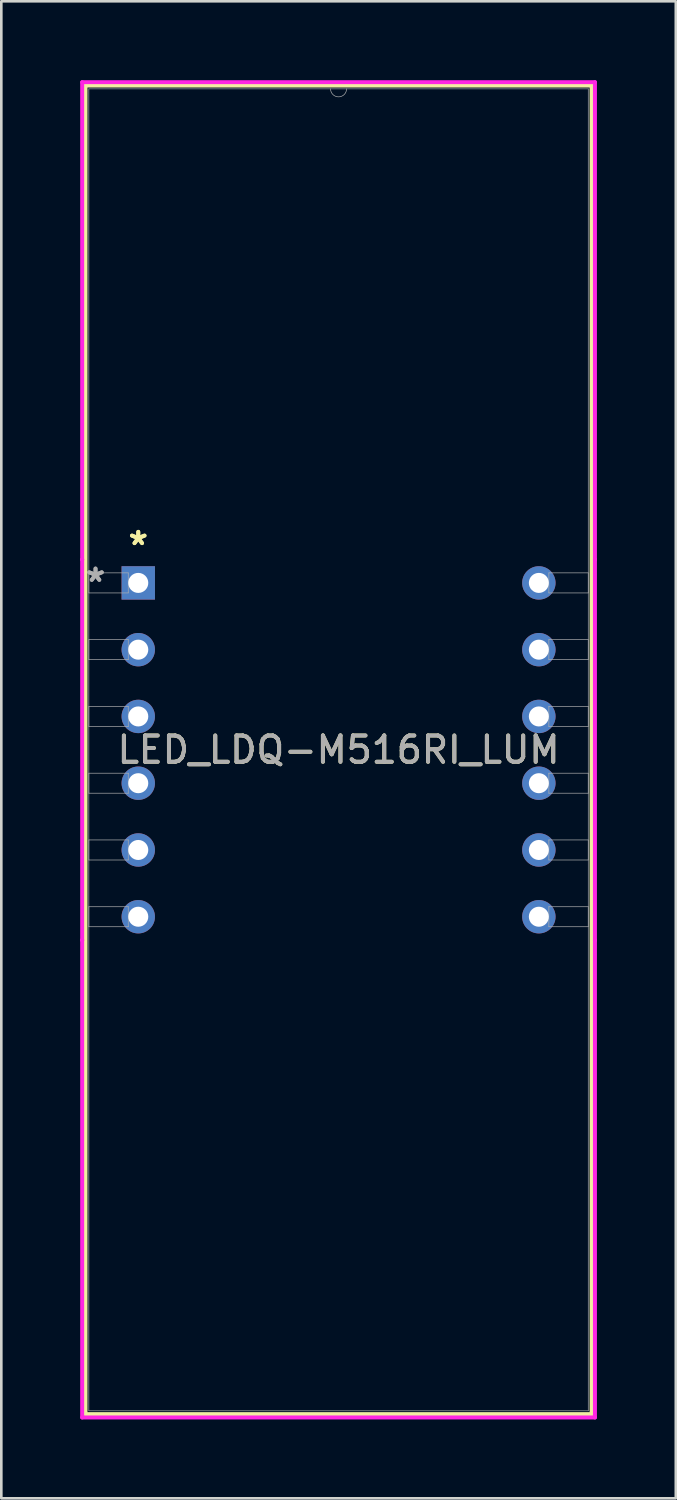
<source format=kicad_pcb>
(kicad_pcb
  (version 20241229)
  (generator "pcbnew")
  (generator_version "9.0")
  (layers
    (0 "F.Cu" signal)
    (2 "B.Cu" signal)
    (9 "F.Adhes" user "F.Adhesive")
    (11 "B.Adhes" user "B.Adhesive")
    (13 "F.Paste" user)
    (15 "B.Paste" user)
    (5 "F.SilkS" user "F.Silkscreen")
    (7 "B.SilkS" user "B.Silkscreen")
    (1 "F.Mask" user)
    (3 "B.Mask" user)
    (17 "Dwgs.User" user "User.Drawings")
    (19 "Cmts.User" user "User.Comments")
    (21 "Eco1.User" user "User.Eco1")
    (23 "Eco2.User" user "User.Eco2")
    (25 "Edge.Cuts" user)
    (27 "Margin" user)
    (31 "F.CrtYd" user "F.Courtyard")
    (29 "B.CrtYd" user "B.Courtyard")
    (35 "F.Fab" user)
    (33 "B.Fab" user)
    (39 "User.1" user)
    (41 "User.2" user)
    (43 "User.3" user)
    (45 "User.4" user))
  (footprint "LED_LDQ-M516RI_LUM"
    (layer "F.Cu")
    (at 2.21 19.126)
    (property "Reference" "LED_LDQ-M516RI_LUM" (at 7.62 6.35 0) (unlocked yes) (layer "F.SilkS") (effects (font (size 1 1) (thickness 0.15))))
    (attr through_hole)
    (fp_line (start -2.007 -18.923) (end -2.007 31.623) (stroke (width 0.152) (type solid)) (layer "F.SilkS"))
    (fp_line (start -2.007 31.623) (end 17.247 31.623) (stroke (width 0.152) (type solid)) (layer "F.SilkS"))
    (fp_line (start 17.247 -18.923) (end -2.007 -18.923) (stroke (width 0.152) (type solid)) (layer "F.SilkS"))
    (fp_line (start 17.247 31.623) (end 17.247 -18.923) (stroke (width 0.152) (type solid)) (layer "F.SilkS"))
    (fp_line (start -2.134 -19.05) (end 17.374 -19.05) (stroke (width 0.152) (type solid)) (layer "F.CrtYd"))
    (fp_line (start -2.134 -0.889) (end -2.134 -19.05) (stroke (width 0.152) (type solid)) (layer "F.CrtYd"))
    (fp_line (start -2.134 -0.889) (end -2.134 -0.889) (stroke (width 0.152) (type solid)) (layer "F.CrtYd"))
    (fp_line (start -2.134 13.589) (end -2.134 -0.889) (stroke (width 0.152) (type solid)) (layer "F.CrtYd"))
    (fp_line (start -2.134 13.589) (end -2.134 13.589) (stroke (width 0.152) (type solid)) (layer "F.CrtYd"))
    (fp_line (start -2.134 31.75) (end -2.134 13.589) (stroke (width 0.152) (type solid)) (layer "F.CrtYd"))
    (fp_line (start 17.374 -19.05) (end 17.374 -0.889) (stroke (width 0.152) (type solid)) (layer "F.CrtYd"))
    (fp_line (start 17.374 -0.889) (end 17.374 -0.889) (stroke (width 0.152) (type solid)) (layer "F.CrtYd"))
    (fp_line (start 17.374 -0.889) (end 17.374 13.589) (stroke (width 0.152) (type solid)) (layer "F.CrtYd"))
    (fp_line (start 17.374 13.589) (end 17.374 13.589) (stroke (width 0.152) (type solid)) (layer "F.CrtYd"))
    (fp_line (start 17.374 13.589) (end 17.374 31.75) (stroke (width 0.152) (type solid)) (layer "F.CrtYd"))
    (fp_line (start 17.374 31.75) (end -2.134 31.75) (stroke (width 0.152) (type solid)) (layer "F.CrtYd"))
    (fp_line (start -1.88 -18.796) (end -1.88 31.496) (stroke (width 0.025) (type solid)) (layer "F.Fab"))
    (fp_line (start -1.88 -0.381) (end -0.381 -0.381) (stroke (width 0.025) (type solid)) (layer "F.Fab"))
    (fp_line (start -1.88 0.381) (end -1.88 -0.381) (stroke (width 0.025) (type solid)) (layer "F.Fab"))
    (fp_line (start -1.88 2.159) (end -0.381 2.159) (stroke (width 0.025) (type solid)) (layer "F.Fab"))
    (fp_line (start -1.88 2.921) (end -1.88 2.159) (stroke (width 0.025) (type solid)) (layer "F.Fab"))
    (fp_line (start -1.88 4.699) (end -0.381 4.699) (stroke (width 0.025) (type solid)) (layer "F.Fab"))
    (fp_line (start -1.88 5.461) (end -1.88 4.699) (stroke (width 0.025) (type solid)) (layer "F.Fab"))
    (fp_line (start -1.88 7.239) (end -0.381 7.239) (stroke (width 0.025) (type solid)) (layer "F.Fab"))
    (fp_line (start -1.88 8.001) (end -1.88 7.239) (stroke (width 0.025) (type solid)) (layer "F.Fab"))
    (fp_line (start -1.88 9.779) (end -0.381 9.779) (stroke (width 0.025) (type solid)) (layer "F.Fab"))
    (fp_line (start -1.88 10.541) (end -1.88 9.779) (stroke (width 0.025) (type solid)) (layer "F.Fab"))
    (fp_line (start -1.88 12.319) (end -0.381 12.319) (stroke (width 0.025) (type solid)) (layer "F.Fab"))
    (fp_line (start -1.88 13.081) (end -1.88 12.319) (stroke (width 0.025) (type solid)) (layer "F.Fab"))
    (fp_line (start -1.88 31.496) (end 17.12 31.496) (stroke (width 0.025) (type solid)) (layer "F.Fab"))
    (fp_line (start -0.381 -0.381) (end -0.381 0.381) (stroke (width 0.025) (type solid)) (layer "F.Fab"))
    (fp_line (start -0.381 0.381) (end -1.88 0.381) (stroke (width 0.025) (type solid)) (layer "F.Fab"))
    (fp_line (start -0.381 2.159) (end -0.381 2.921) (stroke (width 0.025) (type solid)) (layer "F.Fab"))
    (fp_line (start -0.381 2.921) (end -1.88 2.921) (stroke (width 0.025) (type solid)) (layer "F.Fab"))
    (fp_line (start -0.381 4.699) (end -0.381 5.461) (stroke (width 0.025) (type solid)) (layer "F.Fab"))
    (fp_line (start -0.381 5.461) (end -1.88 5.461) (stroke (width 0.025) (type solid)) (layer "F.Fab"))
    (fp_line (start -0.381 7.239) (end -0.381 8.001) (stroke (width 0.025) (type solid)) (layer "F.Fab"))
    (fp_line (start -0.381 8.001) (end -1.88 8.001) (stroke (width 0.025) (type solid)) (layer "F.Fab"))
    (fp_line (start -0.381 9.779) (end -0.381 10.541) (stroke (width 0.025) (type solid)) (layer "F.Fab"))
    (fp_line (start -0.381 10.541) (end -1.88 10.541) (stroke (width 0.025) (type solid)) (layer "F.Fab"))
    (fp_line (start -0.381 12.319) (end -0.381 13.081) (stroke (width 0.025) (type solid)) (layer "F.Fab"))
    (fp_line (start -0.381 13.081) (end -1.88 13.081) (stroke (width 0.025) (type solid)) (layer "F.Fab"))
    (fp_line (start 15.621 -0.381) (end 17.12 -0.381) (stroke (width 0.025) (type solid)) (layer "F.Fab"))
    (fp_line (start 15.621 0.381) (end 15.621 -0.381) (stroke (width 0.025) (type solid)) (layer "F.Fab"))
    (fp_line (start 15.621 2.159) (end 17.12 2.159) (stroke (width 0.025) (type solid)) (layer "F.Fab"))
    (fp_line (start 15.621 2.921) (end 15.621 2.159) (stroke (width 0.025) (type solid)) (layer "F.Fab"))
    (fp_line (start 15.621 4.699) (end 17.12 4.699) (stroke (width 0.025) (type solid)) (layer "F.Fab"))
    (fp_line (start 15.621 5.461) (end 15.621 4.699) (stroke (width 0.025) (type solid)) (layer "F.Fab"))
    (fp_line (start 15.621 7.239) (end 17.12 7.239) (stroke (width 0.025) (type solid)) (layer "F.Fab"))
    (fp_line (start 15.621 8.001) (end 15.621 7.239) (stroke (width 0.025) (type solid)) (layer "F.Fab"))
    (fp_line (start 15.621 9.779) (end 17.12 9.779) (stroke (width 0.025) (type solid)) (layer "F.Fab"))
    (fp_line (start 15.621 10.541) (end 15.621 9.779) (stroke (width 0.025) (type solid)) (layer "F.Fab"))
    (fp_line (start 15.621 12.319) (end 17.12 12.319) (stroke (width 0.025) (type solid)) (layer "F.Fab"))
    (fp_line (start 15.621 13.081) (end 15.621 12.319) (stroke (width 0.025) (type solid)) (layer "F.Fab"))
    (fp_line (start 17.12 -18.796) (end -1.88 -18.796) (stroke (width 0.025) (type solid)) (layer "F.Fab"))
    (fp_line (start 17.12 -0.381) (end 17.12 0.381) (stroke (width 0.025) (type solid)) (layer "F.Fab"))
    (fp_line (start 17.12 0.381) (end 15.621 0.381) (stroke (width 0.025) (type solid)) (layer "F.Fab"))
    (fp_line (start 17.12 2.159) (end 17.12 2.921) (stroke (width 0.025) (type solid)) (layer "F.Fab"))
    (fp_line (start 17.12 2.921) (end 15.621 2.921) (stroke (width 0.025) (type solid)) (layer "F.Fab"))
    (fp_line (start 17.12 4.699) (end 17.12 5.461) (stroke (width 0.025) (type solid)) (layer "F.Fab"))
    (fp_line (start 17.12 5.461) (end 15.621 5.461) (stroke (width 0.025) (type solid)) (layer "F.Fab"))
    (fp_line (start 17.12 7.239) (end 17.12 8.001) (stroke (width 0.025) (type solid)) (layer "F.Fab"))
    (fp_line (start 17.12 8.001) (end 15.621 8.001) (stroke (width 0.025) (type solid)) (layer "F.Fab"))
    (fp_line (start 17.12 9.779) (end 17.12 10.541) (stroke (width 0.025) (type solid)) (layer "F.Fab"))
    (fp_line (start 17.12 10.541) (end 15.621 10.541) (stroke (width 0.025) (type solid)) (layer "F.Fab"))
    (fp_line (start 17.12 12.319) (end 17.12 13.081) (stroke (width 0.025) (type solid)) (layer "F.Fab"))
    (fp_line (start 17.12 13.081) (end 15.621 13.081) (stroke (width 0.025) (type solid)) (layer "F.Fab"))
    (fp_line (start 17.12 31.496) (end 17.12 -18.796) (stroke (width 0.025) (type solid)) (layer "F.Fab"))
    (fp_arc (start 7.9248 -18.796) (mid 7.62 -18.4912) (end 7.3152 -18.796) (stroke (width 0.0254) (type solid)) (layer "F.Fab"))
    (fp_text user "*" (at 0 -1.397 0) (unlocked yes) (layer "F.SilkS") (effects (font (size 1 1) (thickness 0.15))))
    (fp_text user "*" (at 0 -1.397 0) (layer "F.SilkS") (effects (font (size 1 1) (thickness 0.15))))
    (fp_text user "${REFERENCE}" (at 7.62 6.35 0) (unlocked yes) (layer "F.Fab") (effects (font (size 1 1) (thickness 0.15))))
    (fp_text user "*" (at -1.626 0 0) (unlocked yes) (layer "F.Fab") (effects (font (size 1 1) (thickness 0.15))))
    (fp_text user "*" (at -1.626 0 0) (layer "F.Fab") (effects (font (size 1 1) (thickness 0.15))))
    (pad "1" thru_hole rect (at 0 0) (size 1.27 1.27) (drill 0.762) (layers "*.Cu" "*.Mask"))
    (pad "2" thru_hole circle (at 0 2.54) (size 1.27 1.27) (drill 0.762) (layers "*.Cu" "*.Mask"))
    (pad "3" thru_hole circle (at 0 5.08) (size 1.27 1.27) (drill 0.762) (layers "*.Cu" "*.Mask"))
    (pad "4" thru_hole circle (at 0 7.62) (size 1.27 1.27) (drill 0.762) (layers "*.Cu" "*.Mask"))
    (pad "5" thru_hole circle (at 0 10.16) (size 1.27 1.27) (drill 0.762) (layers "*.Cu" "*.Mask"))
    (pad "6" thru_hole circle (at 0 12.7) (size 1.27 1.27) (drill 0.762) (layers "*.Cu" "*.Mask"))
    (pad "7" thru_hole circle (at 15.24 12.7) (size 1.27 1.27) (drill 0.762) (layers "*.Cu" "*.Mask"))
    (pad "8" thru_hole circle (at 15.24 10.16) (size 1.27 1.27) (drill 0.762) (layers "*.Cu" "*.Mask"))
    (pad "9" thru_hole circle (at 15.24 7.62) (size 1.27 1.27) (drill 0.762) (layers "*.Cu" "*.Mask"))
    (pad "10" thru_hole circle (at 15.24 5.08) (size 1.27 1.27) (drill 0.762) (layers "*.Cu" "*.Mask"))
    (pad "11" thru_hole circle (at 15.24 2.54) (size 1.27 1.27) (drill 0.762) (layers "*.Cu" "*.Mask"))
    (pad "12" thru_hole circle (at 15.24 0) (size 1.27 1.27) (drill 0.762) (layers "*.Cu" "*.Mask")))
  (gr_rect
    (start -3 -3)
    (end 22.66 53.952)
    (stroke (width 0.1) (type default))
    (fill no)
    (layer "Edge.Cuts")))
</source>
